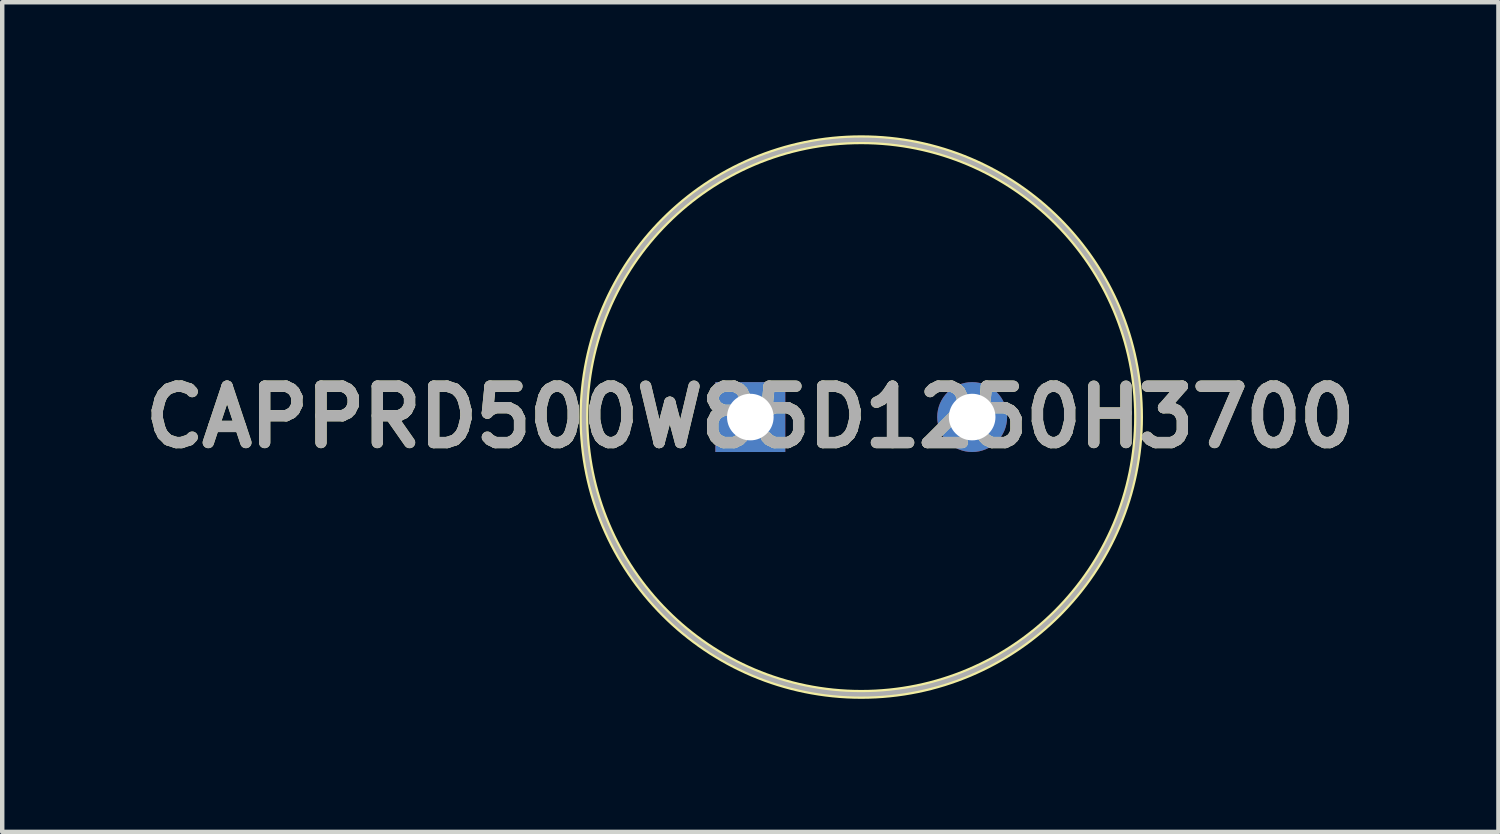
<source format=kicad_pcb>
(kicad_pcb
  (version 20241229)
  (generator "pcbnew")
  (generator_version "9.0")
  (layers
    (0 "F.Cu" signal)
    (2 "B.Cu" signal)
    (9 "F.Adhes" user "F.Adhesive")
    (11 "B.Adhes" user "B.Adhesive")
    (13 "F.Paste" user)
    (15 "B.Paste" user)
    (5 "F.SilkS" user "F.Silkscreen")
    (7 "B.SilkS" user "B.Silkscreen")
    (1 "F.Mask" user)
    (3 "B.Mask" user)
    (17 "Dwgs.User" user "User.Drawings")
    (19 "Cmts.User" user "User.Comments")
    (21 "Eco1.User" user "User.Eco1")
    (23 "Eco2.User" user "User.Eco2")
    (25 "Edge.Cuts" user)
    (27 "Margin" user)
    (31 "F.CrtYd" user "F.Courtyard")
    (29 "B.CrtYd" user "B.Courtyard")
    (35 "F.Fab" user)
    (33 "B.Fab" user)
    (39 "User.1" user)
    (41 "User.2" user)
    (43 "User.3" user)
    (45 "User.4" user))
  (footprint "CAPPRD500W85D1250H3700"
    (layer "F.Cu")
    (at 13.861 6.35)
    (property "Reference" "CAPPRD500W85D1250H3700" (at 0 0 0) (layer "F.SilkS") (effects (font (size 1.27 1.27) (thickness 0.254))))
    (attr through_hole)
    (fp_circle (center 2.5 0) (end 2.5 6.25) (stroke (width 0.2) (type solid)) (fill no) (layer "F.SilkS"))
    (fp_circle (center 2.5 0) (end 2.5 6.25) (stroke (width 0.1) (type solid)) (fill no) (layer "F.Fab"))
    (fp_text user "${REFERENCE}" (at 0 0 0) (layer "F.Fab") (effects (font (size 1.27 1.27) (thickness 0.254))))
    (pad "1" thru_hole rect (at 0 0) (size 1.575 1.575) (drill 1.05) (layers "*.Cu" "*.Mask"))
    (pad "2" thru_hole circle (at 5 0) (size 1.575 1.575) (drill 1.05) (layers "*.Cu" "*.Mask")))
  (gr_rect
    (start -3 -3)
    (end 30.722 15.7)
    (stroke (width 0.1) (type default))
    (fill no)
    (layer "Edge.Cuts")))
</source>
